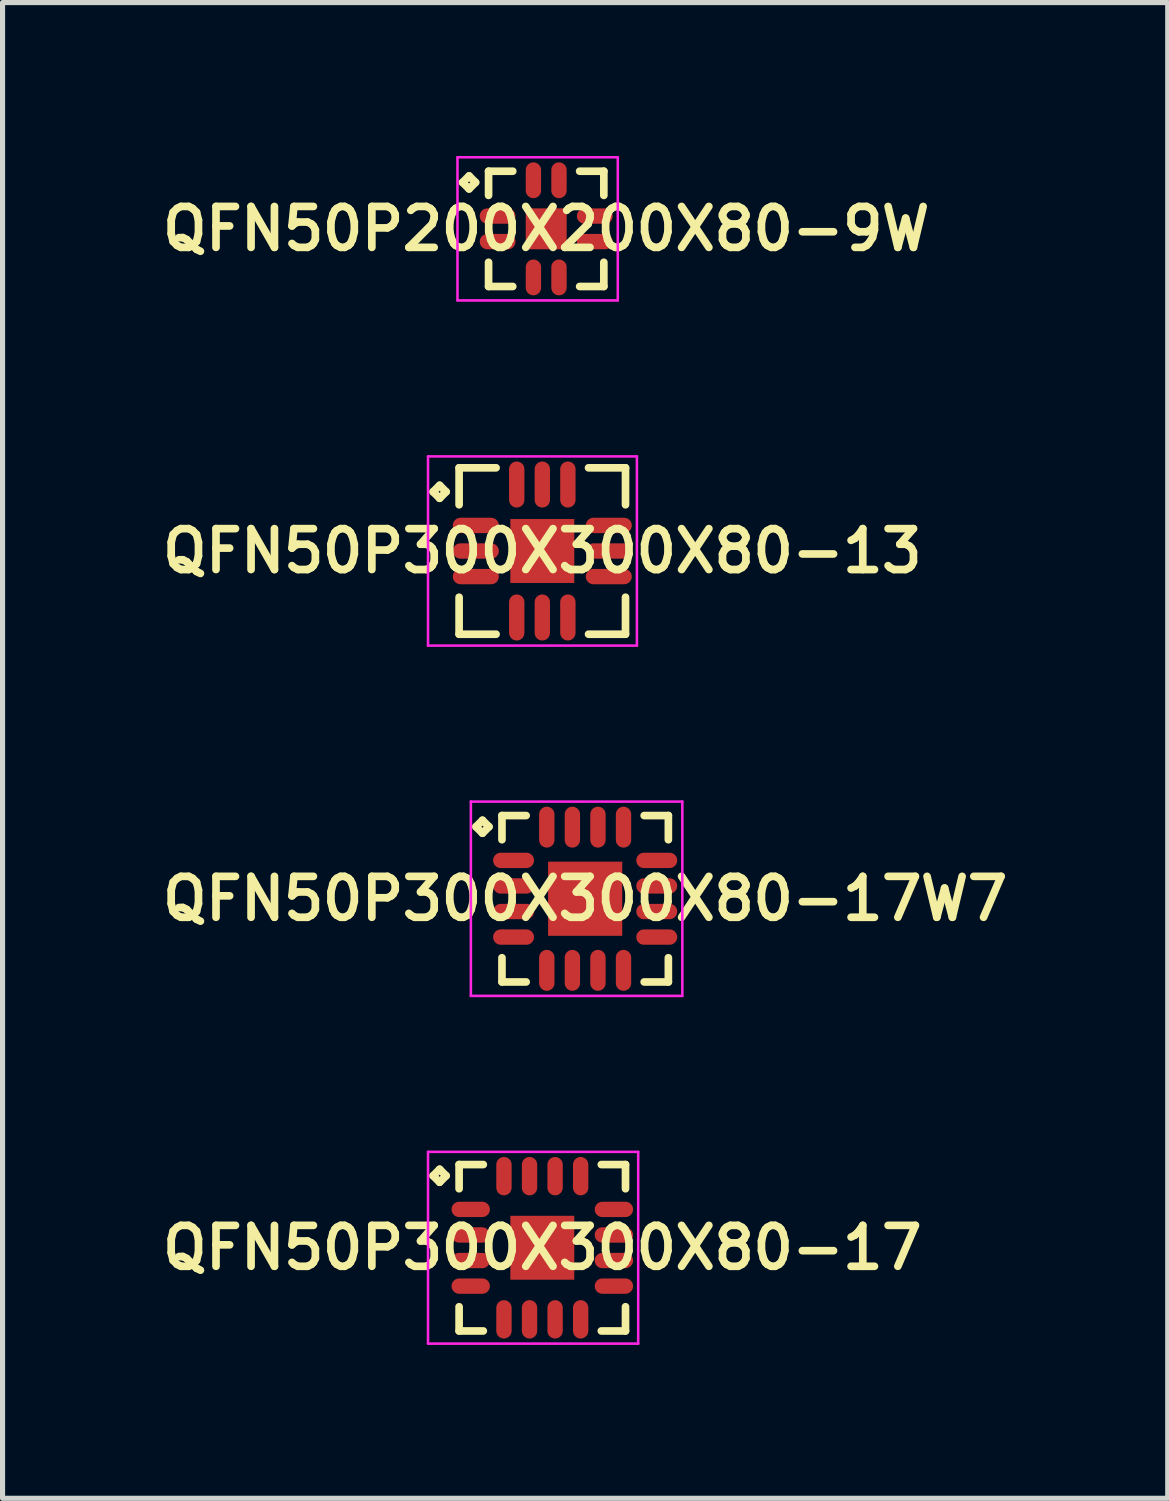
<source format=kicad_pcb>
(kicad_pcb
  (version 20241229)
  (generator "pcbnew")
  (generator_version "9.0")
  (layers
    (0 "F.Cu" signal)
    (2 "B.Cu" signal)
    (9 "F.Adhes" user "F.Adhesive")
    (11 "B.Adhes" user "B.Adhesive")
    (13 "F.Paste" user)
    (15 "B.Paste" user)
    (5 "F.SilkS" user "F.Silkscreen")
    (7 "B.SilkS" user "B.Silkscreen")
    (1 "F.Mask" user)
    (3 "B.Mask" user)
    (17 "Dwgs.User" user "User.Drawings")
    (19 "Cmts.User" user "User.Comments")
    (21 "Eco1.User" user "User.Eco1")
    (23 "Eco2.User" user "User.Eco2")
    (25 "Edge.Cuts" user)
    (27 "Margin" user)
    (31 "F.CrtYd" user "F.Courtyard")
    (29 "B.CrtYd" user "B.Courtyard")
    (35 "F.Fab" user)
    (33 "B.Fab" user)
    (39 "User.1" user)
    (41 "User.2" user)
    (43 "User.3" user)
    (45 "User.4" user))
  (footprint "QFN50P300X300X80-17W7"
    (layer "F.Cu")
    (at 8.393 14.525)
    (property "Reference" "QFN50P300X300X80-17W7" (at 0 0 0) (layer "F.SilkS") (effects (font (size 0.8 0.8) (thickness 0.15))))
    (attr smd)
    (fp_line (start -2.135 -1.408) (end -2.008 -1.535) (stroke (width 0.15) (type solid)) (layer "F.SilkS"))
    (fp_line (start -2.008 -1.535) (end -1.881 -1.408) (stroke (width 0.15) (type solid)) (layer "F.SilkS"))
    (fp_line (start -2.008 -1.281) (end -2.135 -1.408) (stroke (width 0.15) (type solid)) (layer "F.SilkS"))
    (fp_line (start -1.881 -1.408) (end -2.008 -1.281) (stroke (width 0.15) (type solid)) (layer "F.SilkS"))
    (fp_line (start -1.627 -1.627) (end -1.154 -1.627) (stroke (width 0.15) (type solid)) (layer "F.SilkS"))
    (fp_line (start -1.627 -1.154) (end -1.627 -1.627) (stroke (width 0.15) (type solid)) (layer "F.SilkS"))
    (fp_line (start -1.627 1.154) (end -1.627 1.627) (stroke (width 0.15) (type solid)) (layer "F.SilkS"))
    (fp_line (start -1.627 1.627) (end -1.154 1.627) (stroke (width 0.15) (type solid)) (layer "F.SilkS"))
    (fp_line (start 1.154 -1.627) (end 1.627 -1.627) (stroke (width 0.15) (type solid)) (layer "F.SilkS"))
    (fp_line (start 1.154 1.627) (end 1.627 1.627) (stroke (width 0.15) (type solid)) (layer "F.SilkS"))
    (fp_line (start 1.627 -1.627) (end 1.627 -1.154) (stroke (width 0.15) (type solid)) (layer "F.SilkS"))
    (fp_line (start 1.627 1.627) (end 1.627 1.154) (stroke (width 0.15) (type solid)) (layer "F.SilkS"))
    (fp_line (start -2.235 -1.9) (end 1.9 -1.9) (stroke (width 0.05) (type solid)) (layer "F.CrtYd"))
    (fp_line (start -2.235 1.9) (end -2.235 -1.9) (stroke (width 0.05) (type solid)) (layer "F.CrtYd"))
    (fp_line (start 1.9 -1.9) (end 1.9 1.9) (stroke (width 0.05) (type solid)) (layer "F.CrtYd"))
    (fp_line (start 1.9 1.9) (end -2.235 1.9) (stroke (width 0.05) (type solid)) (layer "F.CrtYd"))
    (pad "1" smd oval (at -1.4 -0.75) (size 0.8 0.3) (layers "F.Cu" "F.Mask" "F.Paste"))
    (pad "2" smd oval (at -1.4 -0.25) (size 0.8 0.3) (layers "F.Cu" "F.Mask" "F.Paste"))
    (pad "3" smd oval (at -1.4 0.25) (size 0.8 0.3) (layers "F.Cu" "F.Mask" "F.Paste"))
    (pad "4" smd oval (at -1.4 0.75) (size 0.8 0.3) (layers "F.Cu" "F.Mask" "F.Paste"))
    (pad "5" smd oval (at -0.75 1.4) (size 0.3 0.8) (layers "F.Cu" "F.Mask" "F.Paste"))
    (pad "6" smd oval (at -0.25 1.4) (size 0.3 0.8) (layers "F.Cu" "F.Mask" "F.Paste"))
    (pad "7" smd oval (at 0.25 1.4) (size 0.3 0.8) (layers "F.Cu" "F.Mask" "F.Paste"))
    (pad "8" smd oval (at 0.75 1.4) (size 0.3 0.8) (layers "F.Cu" "F.Mask" "F.Paste"))
    (pad "9" smd oval (at 1.4 0.75) (size 0.8 0.3) (layers "F.Cu" "F.Mask" "F.Paste"))
    (pad "10" smd oval (at 1.4 0.25) (size 0.8 0.3) (layers "F.Cu" "F.Mask" "F.Paste"))
    (pad "11" smd oval (at 1.4 -0.25) (size 0.8 0.3) (layers "F.Cu" "F.Mask" "F.Paste"))
    (pad "12" smd oval (at 1.4 -0.75) (size 0.8 0.3) (layers "F.Cu" "F.Mask" "F.Paste"))
    (pad "13" smd oval (at 0.75 -1.4) (size 0.3 0.8) (layers "F.Cu" "F.Mask" "F.Paste"))
    (pad "14" smd oval (at 0.25 -1.4) (size 0.3 0.8) (layers "F.Cu" "F.Mask" "F.Paste"))
    (pad "15" smd oval (at -0.25 -1.4) (size 0.3 0.8) (layers "F.Cu" "F.Mask" "F.Paste"))
    (pad "16" smd oval (at -0.75 -1.4) (size 0.3 0.8) (layers "F.Cu" "F.Mask" "F.Paste"))
    (pad "17" smd rect (at 0 0) (size 1.45 1.45) (layers "F.Cu" "F.Mask" "F.Paste")))
  (footprint "QFN50P300X300X80-17"
    (layer "F.Cu")
    (at 7.555 21.35)
    (property "Reference" "QFN50P300X300X80-17" (at 0 0 0) (layer "F.SilkS") (effects (font (size 0.8 0.8) (thickness 0.15))))
    (attr smd)
    (fp_line (start -2.135 -1.408) (end -2.008 -1.535) (stroke (width 0.15) (type solid)) (layer "F.SilkS"))
    (fp_line (start -2.008 -1.535) (end -1.881 -1.408) (stroke (width 0.15) (type solid)) (layer "F.SilkS"))
    (fp_line (start -2.008 -1.281) (end -2.135 -1.408) (stroke (width 0.15) (type solid)) (layer "F.SilkS"))
    (fp_line (start -1.881 -1.408) (end -2.008 -1.281) (stroke (width 0.15) (type solid)) (layer "F.SilkS"))
    (fp_line (start -1.627 -1.627) (end -1.154 -1.627) (stroke (width 0.15) (type solid)) (layer "F.SilkS"))
    (fp_line (start -1.627 -1.154) (end -1.627 -1.627) (stroke (width 0.15) (type solid)) (layer "F.SilkS"))
    (fp_line (start -1.627 1.154) (end -1.627 1.627) (stroke (width 0.15) (type solid)) (layer "F.SilkS"))
    (fp_line (start -1.627 1.627) (end -1.154 1.627) (stroke (width 0.15) (type solid)) (layer "F.SilkS"))
    (fp_line (start 1.154 -1.627) (end 1.627 -1.627) (stroke (width 0.15) (type solid)) (layer "F.SilkS"))
    (fp_line (start 1.154 1.627) (end 1.627 1.627) (stroke (width 0.15) (type solid)) (layer "F.SilkS"))
    (fp_line (start 1.627 -1.627) (end 1.627 -1.154) (stroke (width 0.15) (type solid)) (layer "F.SilkS"))
    (fp_line (start 1.627 1.627) (end 1.627 1.154) (stroke (width 0.15) (type solid)) (layer "F.SilkS"))
    (fp_line (start -2.235 -1.875) (end 1.875 -1.875) (stroke (width 0.05) (type solid)) (layer "F.CrtYd"))
    (fp_line (start -2.235 1.875) (end -2.235 -1.875) (stroke (width 0.05) (type solid)) (layer "F.CrtYd"))
    (fp_line (start 1.875 -1.875) (end 1.875 1.875) (stroke (width 0.05) (type solid)) (layer "F.CrtYd"))
    (fp_line (start 1.875 1.875) (end -2.235 1.875) (stroke (width 0.05) (type solid)) (layer "F.CrtYd"))
    (pad "1" smd oval (at -1.4 -0.75) (size 0.75 0.3) (layers "F.Cu" "F.Mask" "F.Paste"))
    (pad "2" smd oval (at -1.4 -0.25) (size 0.75 0.3) (layers "F.Cu" "F.Mask" "F.Paste"))
    (pad "3" smd oval (at -1.4 0.25) (size 0.75 0.3) (layers "F.Cu" "F.Mask" "F.Paste"))
    (pad "4" smd oval (at -1.4 0.75) (size 0.75 0.3) (layers "F.Cu" "F.Mask" "F.Paste"))
    (pad "5" smd oval (at -0.75 1.4) (size 0.3 0.75) (layers "F.Cu" "F.Mask" "F.Paste"))
    (pad "6" smd oval (at -0.25 1.4) (size 0.3 0.75) (layers "F.Cu" "F.Mask" "F.Paste"))
    (pad "7" smd oval (at 0.25 1.4) (size 0.3 0.75) (layers "F.Cu" "F.Mask" "F.Paste"))
    (pad "8" smd oval (at 0.75 1.4) (size 0.3 0.75) (layers "F.Cu" "F.Mask" "F.Paste"))
    (pad "9" smd oval (at 1.4 0.75) (size 0.75 0.3) (layers "F.Cu" "F.Mask" "F.Paste"))
    (pad "10" smd oval (at 1.4 0.25) (size 0.75 0.3) (layers "F.Cu" "F.Mask" "F.Paste"))
    (pad "11" smd oval (at 1.4 -0.25) (size 0.75 0.3) (layers "F.Cu" "F.Mask" "F.Paste"))
    (pad "12" smd oval (at 1.4 -0.75) (size 0.75 0.3) (layers "F.Cu" "F.Mask" "F.Paste"))
    (pad "13" smd oval (at 0.75 -1.4) (size 0.3 0.75) (layers "F.Cu" "F.Mask" "F.Paste"))
    (pad "14" smd oval (at 0.25 -1.4) (size 0.3 0.75) (layers "F.Cu" "F.Mask" "F.Paste"))
    (pad "15" smd oval (at -0.25 -1.4) (size 0.3 0.75) (layers "F.Cu" "F.Mask" "F.Paste"))
    (pad "16" smd oval (at -0.75 -1.4) (size 0.3 0.75) (layers "F.Cu" "F.Mask" "F.Paste"))
    (pad "17" smd rect (at 0 0) (size 1.25 1.25) (layers "F.Cu" "F.Mask" "F.Paste")))
  (footprint "QFN50P300X300X80-13"
    (layer "F.Cu")
    (at 7.555 7.725)
    (property "Reference" "QFN50P300X300X80-13" (at 0 0 0) (layer "F.SilkS") (effects (font (size 0.8 0.8) (thickness 0.15))))
    (attr smd)
    (fp_line (start -2.135 -1.158) (end -2.008 -1.285) (stroke (width 0.15) (type solid)) (layer "F.SilkS"))
    (fp_line (start -2.008 -1.285) (end -1.881 -1.158) (stroke (width 0.15) (type solid)) (layer "F.SilkS"))
    (fp_line (start -2.008 -1.031) (end -2.135 -1.158) (stroke (width 0.15) (type solid)) (layer "F.SilkS"))
    (fp_line (start -1.881 -1.158) (end -2.008 -1.031) (stroke (width 0.15) (type solid)) (layer "F.SilkS"))
    (fp_line (start -1.627 -1.627) (end -0.904 -1.627) (stroke (width 0.15) (type solid)) (layer "F.SilkS"))
    (fp_line (start -1.627 -0.904) (end -1.627 -1.627) (stroke (width 0.15) (type solid)) (layer "F.SilkS"))
    (fp_line (start -1.627 0.904) (end -1.627 1.627) (stroke (width 0.15) (type solid)) (layer "F.SilkS"))
    (fp_line (start -1.627 1.627) (end -0.904 1.627) (stroke (width 0.15) (type solid)) (layer "F.SilkS"))
    (fp_line (start 0.904 -1.627) (end 1.627 -1.627) (stroke (width 0.15) (type solid)) (layer "F.SilkS"))
    (fp_line (start 0.904 1.627) (end 1.627 1.627) (stroke (width 0.15) (type solid)) (layer "F.SilkS"))
    (fp_line (start 1.627 -1.627) (end 1.627 -0.904) (stroke (width 0.15) (type solid)) (layer "F.SilkS"))
    (fp_line (start 1.627 1.627) (end 1.627 0.904) (stroke (width 0.15) (type solid)) (layer "F.SilkS"))
    (fp_line (start -2.235 -1.85) (end 1.85 -1.85) (stroke (width 0.05) (type solid)) (layer "F.CrtYd"))
    (fp_line (start -2.235 1.85) (end -2.235 -1.85) (stroke (width 0.05) (type solid)) (layer "F.CrtYd"))
    (fp_line (start 1.85 -1.85) (end 1.85 1.85) (stroke (width 0.05) (type solid)) (layer "F.CrtYd"))
    (fp_line (start 1.85 1.85) (end -2.235 1.85) (stroke (width 0.05) (type solid)) (layer "F.CrtYd"))
    (pad "1" smd oval (at -1.3 -0.5) (size 0.9 0.3) (layers "F.Cu" "F.Mask" "F.Paste"))
    (pad "2" smd oval (at -1.3 0) (size 0.9 0.3) (layers "F.Cu" "F.Mask" "F.Paste"))
    (pad "3" smd oval (at -1.3 0.5) (size 0.9 0.3) (layers "F.Cu" "F.Mask" "F.Paste"))
    (pad "4" smd oval (at -0.5 1.3) (size 0.3 0.9) (layers "F.Cu" "F.Mask" "F.Paste"))
    (pad "5" smd oval (at 0 1.3) (size 0.3 0.9) (layers "F.Cu" "F.Mask" "F.Paste"))
    (pad "6" smd oval (at 0.5 1.3) (size 0.3 0.9) (layers "F.Cu" "F.Mask" "F.Paste"))
    (pad "7" smd oval (at 1.3 0.5) (size 0.9 0.3) (layers "F.Cu" "F.Mask" "F.Paste"))
    (pad "8" smd oval (at 1.3 0) (size 0.9 0.3) (layers "F.Cu" "F.Mask" "F.Paste"))
    (pad "9" smd oval (at 1.3 -0.5) (size 0.9 0.3) (layers "F.Cu" "F.Mask" "F.Paste"))
    (pad "10" smd oval (at 0.5 -1.3) (size 0.3 0.9) (layers "F.Cu" "F.Mask" "F.Paste"))
    (pad "11" smd oval (at 0 -1.3) (size 0.3 0.9) (layers "F.Cu" "F.Mask" "F.Paste"))
    (pad "12" smd oval (at -0.5 -1.3) (size 0.3 0.9) (layers "F.Cu" "F.Mask" "F.Paste"))
    (pad "13" smd rect (at 0 0) (size 1.25 1.25) (layers "F.Cu" "F.Mask" "F.Paste")))
  (footprint "QFN50P200X200X80-9W"
    (layer "F.Cu")
    (at 7.631 1.425)
    (property "Reference" "QFN50P200X200X80-9W" (at 0 0 0) (layer "F.SilkS") (effects (font (size 0.8 0.8) (thickness 0.15))))
    (attr smd)
    (fp_line (start -1.635 -0.908) (end -1.508 -1.035) (stroke (width 0.15) (type solid)) (layer "F.SilkS"))
    (fp_line (start -1.508 -1.035) (end -1.381 -0.908) (stroke (width 0.15) (type solid)) (layer "F.SilkS"))
    (fp_line (start -1.508 -0.781) (end -1.635 -0.908) (stroke (width 0.15) (type solid)) (layer "F.SilkS"))
    (fp_line (start -1.381 -0.908) (end -1.508 -0.781) (stroke (width 0.15) (type solid)) (layer "F.SilkS"))
    (fp_line (start -1.127 -1.127) (end -0.654 -1.127) (stroke (width 0.15) (type solid)) (layer "F.SilkS"))
    (fp_line (start -1.127 -0.654) (end -1.127 -1.127) (stroke (width 0.15) (type solid)) (layer "F.SilkS"))
    (fp_line (start -1.127 0.654) (end -1.127 1.127) (stroke (width 0.15) (type solid)) (layer "F.SilkS"))
    (fp_line (start -1.127 1.127) (end -0.654 1.127) (stroke (width 0.15) (type solid)) (layer "F.SilkS"))
    (fp_line (start 0.654 -1.127) (end 1.127 -1.127) (stroke (width 0.15) (type solid)) (layer "F.SilkS"))
    (fp_line (start 0.654 1.127) (end 1.127 1.127) (stroke (width 0.15) (type solid)) (layer "F.SilkS"))
    (fp_line (start 1.127 -1.127) (end 1.127 -0.654) (stroke (width 0.15) (type solid)) (layer "F.SilkS"))
    (fp_line (start 1.127 1.127) (end 1.127 0.654) (stroke (width 0.15) (type solid)) (layer "F.SilkS"))
    (fp_line (start -1.735 -1.4) (end 1.4 -1.4) (stroke (width 0.05) (type solid)) (layer "F.CrtYd"))
    (fp_line (start -1.735 1.4) (end -1.735 -1.4) (stroke (width 0.05) (type solid)) (layer "F.CrtYd"))
    (fp_line (start 1.4 -1.4) (end 1.4 1.4) (stroke (width 0.05) (type solid)) (layer "F.CrtYd"))
    (fp_line (start 1.4 1.4) (end -1.735 1.4) (stroke (width 0.05) (type solid)) (layer "F.CrtYd"))
    (pad "1" smd oval (at -0.95 -0.25) (size 0.7 0.3) (layers "F.Cu" "F.Mask" "F.Paste"))
    (pad "2" smd oval (at -0.95 0.25) (size 0.7 0.3) (layers "F.Cu" "F.Mask" "F.Paste"))
    (pad "3" smd oval (at -0.25 0.95) (size 0.3 0.7) (layers "F.Cu" "F.Mask" "F.Paste"))
    (pad "4" smd oval (at 0.25 0.95) (size 0.3 0.7) (layers "F.Cu" "F.Mask" "F.Paste"))
    (pad "5" smd oval (at 0.95 0.25) (size 0.7 0.3) (layers "F.Cu" "F.Mask" "F.Paste"))
    (pad "6" smd oval (at 0.95 -0.25) (size 0.7 0.3) (layers "F.Cu" "F.Mask" "F.Paste"))
    (pad "7" smd oval (at 0.25 -0.95) (size 0.3 0.7) (layers "F.Cu" "F.Mask" "F.Paste"))
    (pad "8" smd oval (at -0.25 -0.95) (size 0.3 0.7) (layers "F.Cu" "F.Mask" "F.Paste"))
    (pad "9" smd rect (at 0 0) (size 0.8 0.8) (layers "F.Cu" "F.Mask" "F.Paste")))
  (gr_rect
    (start -3 -3)
    (end 19.785 26.25)
    (stroke (width 0.1) (type default))
    (fill no)
    (layer "Edge.Cuts")))
</source>
